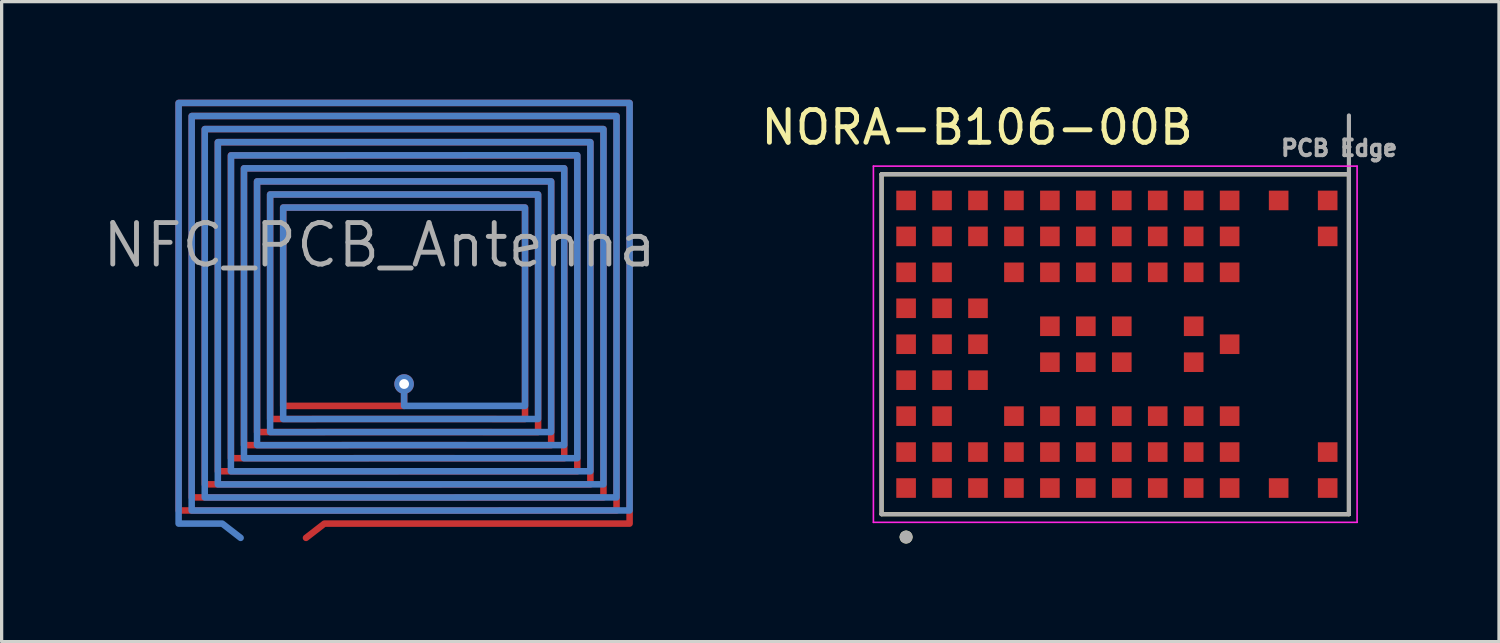
<source format=kicad_pcb>
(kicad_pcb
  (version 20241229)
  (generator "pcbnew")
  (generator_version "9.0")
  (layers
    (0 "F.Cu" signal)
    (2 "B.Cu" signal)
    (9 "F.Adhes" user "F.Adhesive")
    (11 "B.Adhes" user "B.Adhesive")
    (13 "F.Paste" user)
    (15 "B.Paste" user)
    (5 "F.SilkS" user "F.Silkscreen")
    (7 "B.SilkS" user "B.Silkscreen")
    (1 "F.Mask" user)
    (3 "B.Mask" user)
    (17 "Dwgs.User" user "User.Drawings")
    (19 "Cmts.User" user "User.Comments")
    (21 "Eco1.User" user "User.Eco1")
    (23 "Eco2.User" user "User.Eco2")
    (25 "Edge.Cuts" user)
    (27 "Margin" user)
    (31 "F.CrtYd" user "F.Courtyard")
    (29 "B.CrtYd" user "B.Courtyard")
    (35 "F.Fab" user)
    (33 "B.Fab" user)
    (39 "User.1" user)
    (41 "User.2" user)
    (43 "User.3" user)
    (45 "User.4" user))
  (footprint "NORA-B106-00B"
    (layer "F.Cu")
    (at 30.175 7.483)
    (property "Reference" "NORA-B106-00B" (at -3.325 -6.635 0) (layer "F.SilkS") (effects (font (size 1 1) (thickness 0.15))))
    (attr smd)
    (fp_line (start -6.25 -5.2) (end 8.05 -5.2) (stroke (width 0.127) (type solid)) (layer "F.SilkS"))
    (fp_line (start -6.25 5.2) (end -6.25 -5.2) (stroke (width 0.127) (type solid)) (layer "F.SilkS"))
    (fp_line (start 8.05 -5.2) (end 8.05 5.2) (stroke (width 0.127) (type solid)) (layer "F.SilkS"))
    (fp_line (start 8.05 5.2) (end -6.25 5.2) (stroke (width 0.127) (type solid)) (layer "F.SilkS"))
    (fp_circle (center -5.5 5.9) (end -5.4 5.9) (stroke (width 0.2) (type solid)) (fill no) (layer "F.SilkS"))
    (fp_line (start -6.5 -5.45) (end -6.5 5.45) (stroke (width 0.05) (type solid)) (layer "F.CrtYd"))
    (fp_line (start -6.5 5.45) (end 8.3 5.45) (stroke (width 0.05) (type solid)) (layer "F.CrtYd"))
    (fp_line (start 8.3 -5.45) (end -6.5 -5.45) (stroke (width 0.05) (type solid)) (layer "F.CrtYd"))
    (fp_line (start 8.3 5.45) (end 8.3 -5.45) (stroke (width 0.05) (type solid)) (layer "F.CrtYd"))
    (fp_line (start -6.25 -5.2) (end 8.05 -5.2) (stroke (width 0.127) (type solid)) (layer "F.Fab"))
    (fp_line (start -6.25 5.2) (end -6.25 -5.2) (stroke (width 0.127) (type solid)) (layer "F.Fab"))
    (fp_line (start 8.05 -7) (end 8.05 -5.2) (stroke (width 0.127) (type solid)) (layer "F.Fab"))
    (fp_line (start 8.05 -5.2) (end 8.05 5.2) (stroke (width 0.127) (type solid)) (layer "F.Fab"))
    (fp_line (start 8.05 5.2) (end -6.25 5.2) (stroke (width 0.127) (type solid)) (layer "F.Fab"))
    (fp_circle (center -5.5 5.9) (end -5.4 5.9) (stroke (width 0.2) (type solid)) (fill no) (layer "F.Fab"))
    (fp_text user "PCB Edge" (at 7.75 -6 0) (layer "F.Fab") (effects (font (size 0.48 0.48) (thickness 0.15))))
    (pad "A1" smd rect (at -5.5 4.4) (size 0.6 0.6) (layers "F.Cu" "F.Mask" "F.Paste"))
    (pad "A2" smd rect (at -5.5 3.3) (size 0.6 0.6) (layers "F.Cu" "F.Mask" "F.Paste"))
    (pad "A3" smd rect (at -5.5 2.2) (size 0.6 0.6) (layers "F.Cu" "F.Mask" "F.Paste"))
    (pad "A4" smd rect (at -5.5 1.1) (size 0.6 0.6) (layers "F.Cu" "F.Mask" "F.Paste"))
    (pad "A5" smd rect (at -5.5 0) (size 0.6 0.6) (layers "F.Cu" "F.Mask" "F.Paste"))
    (pad "A6" smd rect (at -5.5 -1.1) (size 0.6 0.6) (layers "F.Cu" "F.Mask" "F.Paste"))
    (pad "A7" smd rect (at -5.5 -2.2) (size 0.6 0.6) (layers "F.Cu" "F.Mask" "F.Paste"))
    (pad "A8" smd rect (at -5.5 -3.3) (size 0.6 0.6) (layers "F.Cu" "F.Mask" "F.Paste"))
    (pad "A9" smd rect (at -5.5 -4.4) (size 0.6 0.6) (layers "F.Cu" "F.Mask" "F.Paste"))
    (pad "B1" smd rect (at -4.4 4.4) (size 0.6 0.6) (layers "F.Cu" "F.Mask" "F.Paste"))
    (pad "B2" smd rect (at -4.4 3.3) (size 0.6 0.6) (layers "F.Cu" "F.Mask" "F.Paste"))
    (pad "B3" smd rect (at -4.4 2.2) (size 0.6 0.6) (layers "F.Cu" "F.Mask" "F.Paste"))
    (pad "B4" smd rect (at -4.4 1.1) (size 0.6 0.6) (layers "F.Cu" "F.Mask" "F.Paste"))
    (pad "B5" smd rect (at -4.4 0) (size 0.6 0.6) (layers "F.Cu" "F.Mask" "F.Paste"))
    (pad "B6" smd rect (at -4.4 -1.1) (size 0.6 0.6) (layers "F.Cu" "F.Mask" "F.Paste"))
    (pad "B7" smd rect (at -4.4 -2.2) (size 0.6 0.6) (layers "F.Cu" "F.Mask" "F.Paste"))
    (pad "B8" smd rect (at -4.4 -3.3) (size 0.6 0.6) (layers "F.Cu" "F.Mask" "F.Paste"))
    (pad "B9" smd rect (at -4.4 -4.4) (size 0.6 0.6) (layers "F.Cu" "F.Mask" "F.Paste"))
    (pad "C1" smd rect (at -3.3 4.4) (size 0.6 0.6) (layers "F.Cu" "F.Mask" "F.Paste"))
    (pad "C2" smd rect (at -3.3 3.3) (size 0.6 0.6) (layers "F.Cu" "F.Mask" "F.Paste"))
    (pad "C4" smd rect (at -3.3 1.1) (size 0.6 0.6) (layers "F.Cu" "F.Mask" "F.Paste"))
    (pad "C5" smd rect (at -3.3 0) (size 0.6 0.6) (layers "F.Cu" "F.Mask" "F.Paste"))
    (pad "C6" smd rect (at -3.3 -1.1) (size 0.6 0.6) (layers "F.Cu" "F.Mask" "F.Paste"))
    (pad "C8" smd rect (at -3.3 -3.3) (size 0.6 0.6) (layers "F.Cu" "F.Mask" "F.Paste"))
    (pad "C9" smd rect (at -3.3 -4.4) (size 0.6 0.6) (layers "F.Cu" "F.Mask" "F.Paste"))
    (pad "D1" smd rect (at -2.2 4.4) (size 0.6 0.6) (layers "F.Cu" "F.Mask" "F.Paste"))
    (pad "D2" smd rect (at -2.2 3.3) (size 0.6 0.6) (layers "F.Cu" "F.Mask" "F.Paste"))
    (pad "D3" smd rect (at -2.2 2.2) (size 0.6 0.6) (layers "F.Cu" "F.Mask" "F.Paste"))
    (pad "D7" smd rect (at -2.2 -2.2) (size 0.6 0.6) (layers "F.Cu" "F.Mask" "F.Paste"))
    (pad "D8" smd rect (at -2.2 -3.3) (size 0.6 0.6) (layers "F.Cu" "F.Mask" "F.Paste"))
    (pad "D9" smd rect (at -2.2 -4.4) (size 0.6 0.6) (layers "F.Cu" "F.Mask" "F.Paste"))
    (pad "E1" smd rect (at -1.1 4.4) (size 0.6 0.6) (layers "F.Cu" "F.Mask" "F.Paste"))
    (pad "E2" smd rect (at -1.1 3.3) (size 0.6 0.6) (layers "F.Cu" "F.Mask" "F.Paste"))
    (pad "E3" smd rect (at -1.1 2.2) (size 0.6 0.6) (layers "F.Cu" "F.Mask" "F.Paste"))
    (pad "E4" smd rect (at -1.1 0.55) (size 0.6 0.6) (layers "F.Cu" "F.Mask" "F.Paste"))
    (pad "E5" smd rect (at -1.1 -0.55) (size 0.6 0.6) (layers "F.Cu" "F.Mask" "F.Paste"))
    (pad "E7" smd rect (at -1.1 -2.2) (size 0.6 0.6) (layers "F.Cu" "F.Mask" "F.Paste"))
    (pad "E8" smd rect (at -1.1 -3.3) (size 0.6 0.6) (layers "F.Cu" "F.Mask" "F.Paste"))
    (pad "E9" smd rect (at -1.1 -4.4) (size 0.6 0.6) (layers "F.Cu" "F.Mask" "F.Paste"))
    (pad "F1" smd rect (at 0 4.4) (size 0.6 0.6) (layers "F.Cu" "F.Mask" "F.Paste"))
    (pad "F2" smd rect (at 0 3.3) (size 0.6 0.6) (layers "F.Cu" "F.Mask" "F.Paste"))
    (pad "F3" smd rect (at 0 2.2) (size 0.6 0.6) (layers "F.Cu" "F.Mask" "F.Paste"))
    (pad "F4" smd rect (at 0 0.55) (size 0.6 0.6) (layers "F.Cu" "F.Mask" "F.Paste"))
    (pad "F5" smd rect (at 0 -0.55) (size 0.6 0.6) (layers "F.Cu" "F.Mask" "F.Paste"))
    (pad "F7" smd rect (at 0 -2.2) (size 0.6 0.6) (layers "F.Cu" "F.Mask" "F.Paste"))
    (pad "F8" smd rect (at 0 -3.3) (size 0.6 0.6) (layers "F.Cu" "F.Mask" "F.Paste"))
    (pad "F9" smd rect (at 0 -4.4) (size 0.6 0.6) (layers "F.Cu" "F.Mask" "F.Paste"))
    (pad "G1" smd rect (at 1.1 4.4) (size 0.6 0.6) (layers "F.Cu" "F.Mask" "F.Paste"))
    (pad "G2" smd rect (at 1.1 3.3) (size 0.6 0.6) (layers "F.Cu" "F.Mask" "F.Paste"))
    (pad "G3" smd rect (at 1.1 2.2) (size 0.6 0.6) (layers "F.Cu" "F.Mask" "F.Paste"))
    (pad "G4" smd rect (at 1.1 0.55) (size 0.6 0.6) (layers "F.Cu" "F.Mask" "F.Paste"))
    (pad "G5" smd rect (at 1.1 -0.55) (size 0.6 0.6) (layers "F.Cu" "F.Mask" "F.Paste"))
    (pad "G7" smd rect (at 1.1 -2.2) (size 0.6 0.6) (layers "F.Cu" "F.Mask" "F.Paste"))
    (pad "G8" smd rect (at 1.1 -3.3) (size 0.6 0.6) (layers "F.Cu" "F.Mask" "F.Paste"))
    (pad "G9" smd rect (at 1.1 -4.4) (size 0.6 0.6) (layers "F.Cu" "F.Mask" "F.Paste"))
    (pad "H1" smd rect (at 2.2 4.4) (size 0.6 0.6) (layers "F.Cu" "F.Mask" "F.Paste"))
    (pad "H2" smd rect (at 2.2 3.3) (size 0.6 0.6) (layers "F.Cu" "F.Mask" "F.Paste"))
    (pad "H3" smd rect (at 2.2 2.2) (size 0.6 0.6) (layers "F.Cu" "F.Mask" "F.Paste"))
    (pad "H7" smd rect (at 2.2 -2.2) (size 0.6 0.6) (layers "F.Cu" "F.Mask" "F.Paste"))
    (pad "H8" smd rect (at 2.2 -3.3) (size 0.6 0.6) (layers "F.Cu" "F.Mask" "F.Paste"))
    (pad "H9" smd rect (at 2.2 -4.4) (size 0.6 0.6) (layers "F.Cu" "F.Mask" "F.Paste"))
    (pad "J1" smd rect (at 3.3 4.4) (size 0.6 0.6) (layers "F.Cu" "F.Mask" "F.Paste"))
    (pad "J2" smd rect (at 3.3 3.3) (size 0.6 0.6) (layers "F.Cu" "F.Mask" "F.Paste"))
    (pad "J3" smd rect (at 3.3 2.2) (size 0.6 0.6) (layers "F.Cu" "F.Mask" "F.Paste"))
    (pad "J4" smd rect (at 3.3 0.55) (size 0.6 0.6) (layers "F.Cu" "F.Mask" "F.Paste"))
    (pad "J5" smd rect (at 3.3 -0.55) (size 0.6 0.6) (layers "F.Cu" "F.Mask" "F.Paste"))
    (pad "J7" smd rect (at 3.3 -2.2) (size 0.6 0.6) (layers "F.Cu" "F.Mask" "F.Paste"))
    (pad "J8" smd rect (at 3.3 -3.3) (size 0.6 0.6) (layers "F.Cu" "F.Mask" "F.Paste"))
    (pad "J9" smd rect (at 3.3 -4.4) (size 0.6 0.6) (layers "F.Cu" "F.Mask" "F.Paste"))
    (pad "K1" smd rect (at 4.4 4.4) (size 0.6 0.6) (layers "F.Cu" "F.Mask" "F.Paste"))
    (pad "K2" smd rect (at 4.4 3.3) (size 0.6 0.6) (layers "F.Cu" "F.Mask" "F.Paste"))
    (pad "K3" smd rect (at 4.4 2.2) (size 0.6 0.6) (layers "F.Cu" "F.Mask" "F.Paste"))
    (pad "K5" smd rect (at 4.4 0) (size 0.6 0.6) (layers "F.Cu" "F.Mask" "F.Paste"))
    (pad "K7" smd rect (at 4.4 -2.2) (size 0.6 0.6) (layers "F.Cu" "F.Mask" "F.Paste"))
    (pad "K8" smd rect (at 4.4 -3.3) (size 0.6 0.6) (layers "F.Cu" "F.Mask" "F.Paste"))
    (pad "K9" smd rect (at 4.4 -4.4) (size 0.6 0.6) (layers "F.Cu" "F.Mask" "F.Paste"))
    (pad "L1" smd rect (at 5.9 4.4) (size 0.6 0.6) (layers "F.Cu" "F.Mask" "F.Paste"))
    (pad "L9" smd rect (at 5.9 -4.4) (size 0.6 0.6) (layers "F.Cu" "F.Mask" "F.Paste"))
    (pad "M1" smd rect (at 7.4 4.4) (size 0.6 0.6) (layers "F.Cu" "F.Mask" "F.Paste"))
    (pad "M2" smd rect (at 7.4 3.3) (size 0.6 0.6) (layers "F.Cu" "F.Mask" "F.Paste"))
    (pad "M8" smd rect (at 7.4 -3.3) (size 0.6 0.6) (layers "F.Cu" "F.Mask" "F.Paste"))
    (pad "M9" smd rect (at 7.4 -4.4) (size 0.6 0.6) (layers "F.Cu" "F.Mask" "F.Paste"))
    (zone (net_name "") (layer "F.Cu") (hatch full 0.508) (connect_pads) (min_thickness 0.01) (filled_areas_thickness no) (keepout (tracks not_allowed) (vias not_allowed) (pads not_allowed) (copperpour not_allowed) (footprints allowed)) (placement (enabled no)) (fill) (polygon (pts (xy 34.875 3.383) (xy 34.875 11.583) (xy 37.275 11.583) (xy 37.275 10.483) (xy 38.075 10.483) (xy 38.075 12.683) (xy 38.225 12.683) (xy 38.225 2.283) (xy 38.075 2.283) (xy 38.075 4.483) (xy 37.275 4.483) (xy 37.275 3.383))))
    (zone (net_name "") (layers "F.Cu" "B.Cu") (hatch full 0.508) (connect_pads) (min_thickness 0.01) (filled_areas_thickness no) (keepout (tracks allowed) (vias not_allowed) (pads allowed) (copperpour allowed) (footprints allowed)) (placement (enabled no)) (fill) (polygon (pts (xy 34.875 3.383) (xy 34.875 11.583) (xy 37.275 11.583) (xy 37.275 10.483) (xy 38.075 10.483) (xy 38.075 12.683) (xy 38.225 12.683) (xy 38.225 2.283) (xy 38.075 2.283) (xy 38.075 4.483) (xy 37.275 4.483) (xy 37.275 3.383))))
    (zone (net_name "") (layer "B.Cu") (hatch full 0.508) (connect_pads) (min_thickness 0.01) (filled_areas_thickness no) (keepout (tracks not_allowed) (vias not_allowed) (pads not_allowed) (copperpour not_allowed) (footprints allowed)) (placement (enabled no)) (fill) (polygon (pts (xy 34.875 3.383) (xy 34.875 11.583) (xy 37.275 11.583) (xy 37.275 10.483) (xy 38.075 10.483) (xy 38.075 12.683) (xy 38.225 12.683) (xy 38.225 2.283) (xy 38.075 2.283) (xy 38.075 4.483) (xy 37.275 4.483) (xy 37.275 3.383)))))
  (footprint "NFC_PCB_Antenna"
    (layer "F.Cu")
    (at 9.315 8.7)
    (property "Reference" "NFC_PCB_Antenna" (at -0.75 -4.25 0) (layer "F.Fab") (effects (font (size 1.27 1.27) (thickness 0.15))))
    (pad "1" smd custom (at -5.002 4.708) (size 0.2 0.2) (layers "B.Cu") (options (anchor circle)) (primitives (gr_line (start -0.562 -0.436) (end 0 0) (width 0.2)) (gr_line (start -1.898 -0.436) (end -0.562 -0.436) (width 0.2)) (gr_line (start -1.898 -0.436) (end -1.898 -13.308) (width 0.2)) (gr_line (start 11.902 -13.308) (end -1.898 -13.308) (width 0.2)) (gr_line (start 11.902 -0.838) (end 11.902 -13.308) (width 0.2)) (gr_line (start 11.902 -0.838) (end -1.498 -0.836) (width 0.2)) (gr_line (start -1.498 -0.836) (end -1.498 -12.908) (width 0.2)) (gr_line (start 11.502 -12.908) (end -1.498 -12.908) (width 0.2)) (gr_line (start 11.502 -1.238) (end 11.502 -12.908) (width 0.2)) (gr_line (start 11.502 -1.238) (end -1.098 -1.236) (width 0.2)) (gr_line (start -1.098 -1.236) (end -1.098 -12.508) (width 0.2)) (gr_line (start 11.102 -12.508) (end -1.098 -12.508) (width 0.2)) (gr_line (start 11.102 -1.638) (end 11.102 -12.508) (width 0.2)) (gr_line (start 11.102 -1.638) (end -0.698 -1.636) (width 0.2)) (gr_line (start -0.698 -1.636) (end -0.698 -12.108) (width 0.2)) (gr_line (start 10.702 -12.108) (end -0.698 -12.108) (width 0.2)) (gr_line (start 10.702 -2.038) (end 10.702 -12.108) (width 0.2)) (gr_line (start 10.702 -2.038) (end -0.298 -2.036) (width 0.2)) (gr_line (start -0.295 -11.702) (end -0.298 -2.036) (width 0.2)) (gr_line (start 10.302 -11.708) (end -0.295 -11.702) (width 0.2)) (gr_line (start 10.302 -2.438) (end 10.302 -11.708) (width 0.2)) (gr_line (start 10.302 -2.438) (end 0.102 -2.436) (width 0.2)) (gr_line (start 0.102 -2.436) (end 0.102 -11.308) (width 0.2)) (gr_line (start 9.902 -11.308) (end 0.102 -11.308) (width 0.2)) (gr_line (start 9.902 -2.838) (end 9.902 -11.308) (width 0.2)) (gr_line (start 9.902 -2.838) (end 0.502 -2.836) (width 0.2)) (gr_line (start 0.502 -2.836) (end 0.502 -10.908) (width 0.2)) (gr_line (start 9.502 -10.908) (end 0.502 -10.908) (width 0.2)) (gr_line (start 9.502 -3.238) (end 9.502 -10.908) (width 0.2)) (gr_line (start 9.502 -3.238) (end 0.902 -3.236) (width 0.2)) (gr_line (start 0.902 -3.236) (end 0.902 -10.508) (width 0.2)) (gr_line (start 9.102 -10.508) (end 0.902 -10.508) (width 0.2)) (gr_line (start 9.102 -3.638) (end 9.102 -10.508) (width 0.2)) (gr_line (start 9.102 -3.638) (end 1.302 -3.636) (width 0.2)) (gr_line (start 1.302 -3.636) (end 1.302 -10.108) (width 0.2)) (gr_line (start 8.702 -10.108) (end 1.302 -10.108) (width 0.2)) (gr_line (start 8.702 -4.038) (end 8.702 -10.108) (width 0.2)) (gr_line (start 8.702 -4.038) (end 5.002 -4.038) (width 0.2)) (gr_line (start 5.002 -4.038) (end 5.002 -4.708) (width 0.2))))
    (pad "1" smd custom (at -3.002 4.708) (size 0.2 0.2) (layers "F.Cu") (options (anchor circle)) (primitives (gr_line (start 0 0) (end 0.562 -0.436) (width 0.2)) (gr_line (start 0.562 -0.436) (end 9.902 -0.436) (width 0.2)) (gr_line (start 9.902 -0.436) (end 9.902 -13.308) (width 0.2)) (gr_line (start -3.898 -13.308) (end 9.902 -13.308) (width 0.2)) (gr_line (start -3.898 -0.838) (end -3.898 -13.308) (width 0.2)) (gr_line (start -3.898 -0.838) (end 9.502 -0.836) (width 0.2)) (gr_line (start 9.502 -0.836) (end 9.502 -12.908) (width 0.2)) (gr_line (start -3.498 -12.908) (end 9.502 -12.908) (width 0.2)) (gr_line (start -3.498 -1.238) (end -3.498 -12.908) (width 0.2)) (gr_line (start -3.498 -1.238) (end 9.102 -1.236) (width 0.2)) (gr_line (start 9.102 -1.236) (end 9.102 -12.508) (width 0.2)) (gr_line (start -3.098 -12.508) (end 9.102 -12.508) (width 0.2)) (gr_line (start -3.098 -1.638) (end -3.098 -12.508) (width 0.2)) (gr_line (start -3.098 -1.638) (end 8.702 -1.636) (width 0.2)) (gr_line (start 8.702 -1.636) (end 8.702 -12.108) (width 0.2)) (gr_line (start -2.698 -12.108) (end 8.702 -12.108) (width 0.2)) (gr_line (start -2.698 -2.038) (end -2.698 -12.108) (width 0.2)) (gr_line (start -2.698 -2.038) (end 8.302 -2.036) (width 0.2)) (gr_line (start 8.299 -11.702) (end 8.302 -2.036) (width 0.2)) (gr_line (start -2.298 -11.708) (end 8.299 -11.702) (width 0.2)) (gr_line (start -2.298 -2.438) (end -2.298 -11.708) (width 0.2)) (gr_line (start -2.298 -2.438) (end 7.902 -2.436) (width 0.2)) (gr_line (start 7.902 -2.436) (end 7.902 -11.308) (width 0.2)) (gr_line (start -1.898 -11.308) (end 7.902 -11.308) (width 0.2)) (gr_line (start -1.898 -2.838) (end -1.898 -11.308) (width 0.2)) (gr_line (start -1.898 -2.838) (end 7.502 -2.836) (width 0.2)) (gr_line (start 7.502 -2.836) (end 7.502 -10.908) (width 0.2)) (gr_line (start -1.498 -10.908) (end 7.502 -10.908) (width 0.2)) (gr_line (start -1.498 -3.238) (end -1.498 -10.908) (width 0.2)) (gr_line (start -1.498 -3.238) (end 7.102 -3.236) (width 0.2)) (gr_line (start 7.102 -3.236) (end 7.102 -10.508) (width 0.2)) (gr_line (start -1.098 -10.508) (end 7.102 -10.508) (width 0.2)) (gr_line (start -1.098 -3.638) (end -1.098 -10.508) (width 0.2)) (gr_line (start -1.098 -3.638) (end 6.702 -3.636) (width 0.2)) (gr_line (start 6.702 -3.636) (end 6.702 -10.108) (width 0.2)) (gr_line (start -0.698 -10.108) (end 6.702 -10.108) (width 0.2)) (gr_line (start -0.698 -4.038) (end -0.698 -10.108) (width 0.2)) (gr_line (start -0.698 -4.038) (end 3.002 -4.038) (width 0.2)) (gr_line (start 3.002 -4.038) (end 3.002 -4.708) (width 0.2))))
    (pad "1" thru_hole circle (at 0 0 180) (size 0.6 0.6) (drill 0.3) (layers "*.Cu")))
  (gr_rect
    (start -3 -3)
    (end 42.817 16.583)
    (stroke (width 0.1) (type default))
    (fill no)
    (layer "Edge.Cuts")))
</source>
